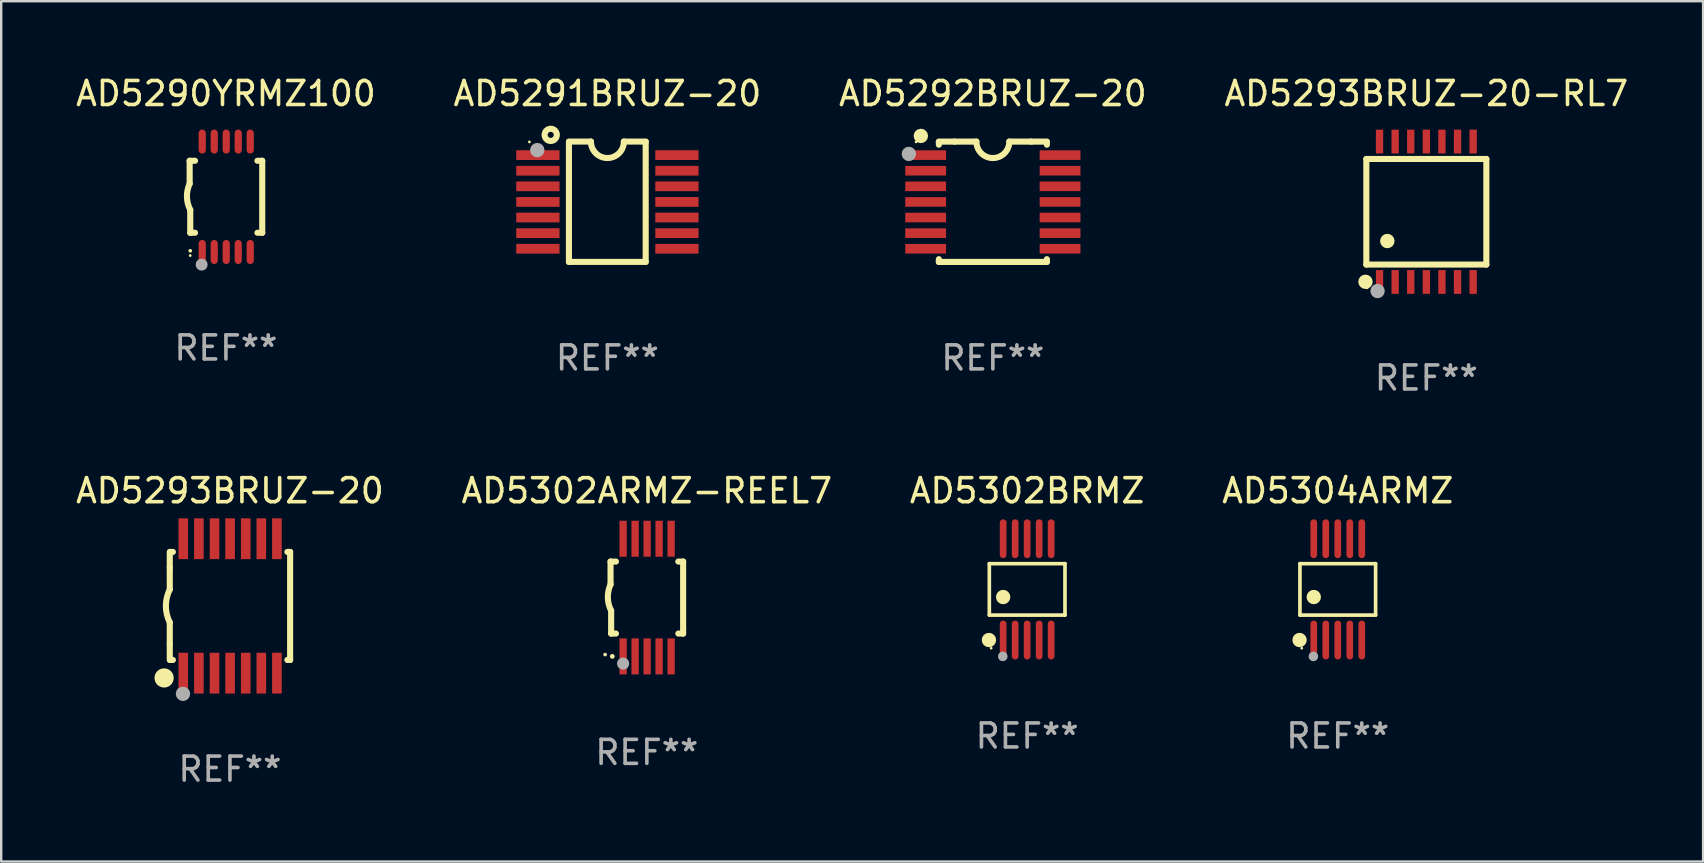
<source format=kicad_pcb>
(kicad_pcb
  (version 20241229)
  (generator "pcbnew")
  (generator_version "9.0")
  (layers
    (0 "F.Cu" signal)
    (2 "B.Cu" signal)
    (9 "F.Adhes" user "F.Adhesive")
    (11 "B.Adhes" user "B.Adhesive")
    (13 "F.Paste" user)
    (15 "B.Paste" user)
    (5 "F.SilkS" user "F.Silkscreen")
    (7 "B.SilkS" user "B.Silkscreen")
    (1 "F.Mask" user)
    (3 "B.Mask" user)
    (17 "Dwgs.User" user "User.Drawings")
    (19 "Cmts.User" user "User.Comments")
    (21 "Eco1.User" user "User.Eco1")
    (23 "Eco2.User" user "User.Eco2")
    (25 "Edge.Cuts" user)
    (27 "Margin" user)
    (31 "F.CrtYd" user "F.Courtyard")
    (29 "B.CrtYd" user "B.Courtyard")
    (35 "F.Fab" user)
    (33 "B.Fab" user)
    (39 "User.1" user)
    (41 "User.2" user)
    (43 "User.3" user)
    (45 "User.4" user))
  (footprint "AD5292BRUZ-20"
    (layer "F.Cu")
    (at 38.315 5.356)
    (property "Reference" "AD5292BRUZ-20" (at 0 -4.507 0) (layer "F.SilkS") (effects (font (size 1 1) (thickness 0.15))))
    (attr through_hole)
    (fp_line (start -2.25 -2.377) (end -2.25 -2.493) (stroke (width 0.254) (type solid)) (layer "F.SilkS"))
    (fp_line (start -2.25 2.507) (end -2.25 2.392) (stroke (width 0.254) (type solid)) (layer "F.SilkS"))
    (fp_line (start -1.6 -2.507) (end -2.25 -2.507) (stroke (width 0.254) (type solid)) (layer "F.SilkS"))
    (fp_line (start -1.6 -2.507) (end -0.686 -2.507) (stroke (width 0.254) (type solid)) (layer "F.SilkS"))
    (fp_line (start 0.686 -2.507) (end 1.6 -2.507) (stroke (width 0.254) (type solid)) (layer "F.SilkS"))
    (fp_line (start 1.6 -2.507) (end 2.25 -2.507) (stroke (width 0.254) (type solid)) (layer "F.SilkS"))
    (fp_line (start 2.25 -2.493) (end 2.25 -2.377) (stroke (width 0.254) (type solid)) (layer "F.SilkS"))
    (fp_line (start 2.25 2.392) (end 2.25 2.507) (stroke (width 0.254) (type solid)) (layer "F.SilkS"))
    (fp_line (start 2.25 2.507) (end -2.25 2.507) (stroke (width 0.254) (type solid)) (layer "F.SilkS"))
    (fp_arc (start 0.685852 -2.507303) (mid 0.000051 -1.821502) (end -0.68575 -2.507303) (stroke (width 0.254001) (type solid)) (layer "F.SilkS"))
    (fp_circle (center -3.2 -2.493) (end -3.17 -2.493) (stroke (width 0.06) (type solid)) (fill no) (layer "F.SilkS"))
    (fp_circle (center -3 -2.743) (end -2.85 -2.743) (stroke (width 0.3) (type solid)) (fill no) (layer "F.SilkS"))
    (fp_circle (center -3.5 -1.993) (end -3.35 -1.993) (stroke (width 0.3) (type solid)) (fill no) (layer "F.Fab"))
    (fp_text user "REF**" (at 0 6.507 0) (layer "F.Fab") (effects (font (size 1 1) (thickness 0.15))))
    (pad "1" smd rect (at -2.8 -1.943) (size 1.7 0.4) (layers "F.Cu" "F.Mask" "F.Paste"))
    (pad "2" smd rect (at -2.8 -1.293) (size 1.7 0.4) (layers "F.Cu" "F.Mask" "F.Paste"))
    (pad "3" smd rect (at -2.8 -0.643) (size 1.7 0.4) (layers "F.Cu" "F.Mask" "F.Paste"))
    (pad "4" smd rect (at -2.8 0.007) (size 1.7 0.4) (layers "F.Cu" "F.Mask" "F.Paste"))
    (pad "5" smd rect (at -2.8 0.657) (size 1.7 0.4) (layers "F.Cu" "F.Mask" "F.Paste"))
    (pad "6" smd rect (at -2.8 1.307) (size 1.7 0.4) (layers "F.Cu" "F.Mask" "F.Paste"))
    (pad "7" smd rect (at -2.8 1.957) (size 1.7 0.4) (layers "F.Cu" "F.Mask" "F.Paste"))
    (pad "8" smd rect (at 2.8 1.957) (size 1.7 0.4) (layers "F.Cu" "F.Mask" "F.Paste"))
    (pad "9" smd rect (at 2.8 1.307) (size 1.7 0.4) (layers "F.Cu" "F.Mask" "F.Paste"))
    (pad "10" smd rect (at 2.8 0.657) (size 1.7 0.4) (layers "F.Cu" "F.Mask" "F.Paste"))
    (pad "11" smd rect (at 2.8 0.007) (size 1.7 0.4) (layers "F.Cu" "F.Mask" "F.Paste"))
    (pad "12" smd rect (at 2.8 -0.643) (size 1.7 0.4) (layers "F.Cu" "F.Mask" "F.Paste"))
    (pad "13" smd rect (at 2.8 -1.293) (size 1.7 0.4) (layers "F.Cu" "F.Mask" "F.Paste"))
    (pad "14" smd rect (at 2.8 -1.943) (size 1.7 0.4) (layers "F.Cu" "F.Mask" "F.Paste")))
  (footprint "AD5302BRMZ"
    (layer "F.Cu")
    (at 39.744 21.505)
    (property "Reference" "AD5302BRMZ" (at 0 -4.11 0) (layer "F.SilkS") (effects (font (size 1 1) (thickness 0.15))))
    (attr through_hole)
    (fp_line (start -1.576 -1.071) (end 1.576 -1.071) (stroke (width 0.152) (type solid)) (layer "F.SilkS"))
    (fp_line (start -1.576 1.071) (end -1.576 -1.071) (stroke (width 0.152) (type solid)) (layer "F.SilkS"))
    (fp_line (start 1.576 -1.071) (end 1.576 1.071) (stroke (width 0.152) (type solid)) (layer "F.SilkS"))
    (fp_line (start 1.576 1.071) (end -1.576 1.071) (stroke (width 0.152) (type solid)) (layer "F.SilkS"))
    (fp_circle (center -1.592 2.11) (end -1.442 2.11) (stroke (width 0.3) (type solid)) (fill no) (layer "F.SilkS"))
    (fp_circle (center -1.5 2.45) (end -1.47 2.45) (stroke (width 0.06) (type solid)) (fill no) (layer "F.SilkS"))
    (fp_circle (center -1 0.319) (end -0.85 0.319) (stroke (width 0.3) (type solid)) (fill no) (layer "F.SilkS"))
    (fp_circle (center -1.016 2.794) (end -0.916 2.794) (stroke (width 0.2) (type solid)) (fill no) (layer "F.Fab"))
    (fp_text user "REF**" (at 0 6.11 0) (layer "F.Fab") (effects (font (size 1 1) (thickness 0.15))))
    (pad "1" smd oval (at -1 2.11) (size 0.28 1.62) (layers "F.Cu" "F.Mask" "F.Paste"))
    (pad "2" smd oval (at -0.5 2.11) (size 0.28 1.62) (layers "F.Cu" "F.Mask" "F.Paste"))
    (pad "3" smd oval (at 0 2.11) (size 0.28 1.62) (layers "F.Cu" "F.Mask" "F.Paste"))
    (pad "4" smd oval (at 0.5 2.11) (size 0.28 1.62) (layers "F.Cu" "F.Mask" "F.Paste"))
    (pad "5" smd oval (at 1 2.11) (size 0.28 1.62) (layers "F.Cu" "F.Mask" "F.Paste"))
    (pad "6" smd oval (at 1 -2.11) (size 0.28 1.62) (layers "F.Cu" "F.Mask" "F.Paste"))
    (pad "7" smd oval (at 0.5 -2.11) (size 0.28 1.62) (layers "F.Cu" "F.Mask" "F.Paste"))
    (pad "8" smd oval (at 0 -2.11) (size 0.28 1.62) (layers "F.Cu" "F.Mask" "F.Paste"))
    (pad "9" smd oval (at -0.5 -2.11) (size 0.28 1.62) (layers "F.Cu" "F.Mask" "F.Paste"))
    (pad "10" smd oval (at -1 -2.11) (size 0.28 1.62) (layers "F.Cu" "F.Mask" "F.Paste")))
  (footprint "AD5293BRUZ-20"
    (layer "F.Cu")
    (at 6.53 22.195)
    (property "Reference" "AD5293BRUZ-20" (at 0 -4.8 0) (layer "F.SilkS") (effects (font (size 1 1) (thickness 0.15))))
    (attr through_hole)
    (fp_line (start -2.507 -1.6) (end -2.507 -2.25) (stroke (width 0.254) (type solid)) (layer "F.SilkS"))
    (fp_line (start -2.507 -0.686) (end -2.507 -1.6) (stroke (width 0.254) (type solid)) (layer "F.SilkS"))
    (fp_line (start -2.507 1.6) (end -2.507 0.686) (stroke (width 0.254) (type solid)) (layer "F.SilkS"))
    (fp_line (start -2.507 1.6) (end -2.507 2.25) (stroke (width 0.254) (type solid)) (layer "F.SilkS"))
    (fp_line (start -2.493 -2.25) (end -2.377 -2.25) (stroke (width 0.254) (type solid)) (layer "F.SilkS"))
    (fp_line (start -2.377 2.25) (end -2.493 2.25) (stroke (width 0.254) (type solid)) (layer "F.SilkS"))
    (fp_line (start 2.392 -2.25) (end 2.507 -2.25) (stroke (width 0.254) (type solid)) (layer "F.SilkS"))
    (fp_line (start 2.507 -2.25) (end 2.507 2.25) (stroke (width 0.254) (type solid)) (layer "F.SilkS"))
    (fp_line (start 2.507 2.25) (end 2.392 2.25) (stroke (width 0.254) (type solid)) (layer "F.SilkS"))
    (fp_arc (start -2.507303 0.685802) (mid -2.669199 0) (end -2.507303 -0.685801) (stroke (width 0.254001) (type solid)) (layer "F.SilkS"))
    (fp_circle (center -2.743 3) (end -2.543 3) (stroke (width 0.4) (type solid)) (fill no) (layer "F.SilkS"))
    (fp_circle (center -2.493 3.2) (end -2.463 3.2) (stroke (width 0.06) (type solid)) (fill no) (layer "F.SilkS"))
    (fp_circle (center -1.957 3.662) (end -1.807 3.662) (stroke (width 0.3) (type solid)) (fill no) (layer "F.Fab"))
    (fp_text user "REF**" (at 0 6.8 0) (layer "F.Fab") (effects (font (size 1 1) (thickness 0.15))))
    (pad "1" smd rect (at -1.943 2.8) (size 0.4 1.7) (layers "F.Cu" "F.Mask" "F.Paste"))
    (pad "2" smd rect (at -1.293 2.8) (size 0.4 1.7) (layers "F.Cu" "F.Mask" "F.Paste"))
    (pad "3" smd rect (at -0.643 2.8) (size 0.4 1.7) (layers "F.Cu" "F.Mask" "F.Paste"))
    (pad "4" smd rect (at 0.007 2.8) (size 0.4 1.7) (layers "F.Cu" "F.Mask" "F.Paste"))
    (pad "5" smd rect (at 0.657 2.8) (size 0.4 1.7) (layers "F.Cu" "F.Mask" "F.Paste"))
    (pad "6" smd rect (at 1.307 2.8) (size 0.4 1.7) (layers "F.Cu" "F.Mask" "F.Paste"))
    (pad "7" smd rect (at 1.957 2.8) (size 0.4 1.7) (layers "F.Cu" "F.Mask" "F.Paste"))
    (pad "8" smd rect (at 1.957 -2.8) (size 0.4 1.7) (layers "F.Cu" "F.Mask" "F.Paste"))
    (pad "9" smd rect (at 1.307 -2.8) (size 0.4 1.7) (layers "F.Cu" "F.Mask" "F.Paste"))
    (pad "10" smd rect (at 0.657 -2.8) (size 0.4 1.7) (layers "F.Cu" "F.Mask" "F.Paste"))
    (pad "11" smd rect (at 0.007 -2.8) (size 0.4 1.7) (layers "F.Cu" "F.Mask" "F.Paste"))
    (pad "12" smd rect (at -0.643 -2.8) (size 0.4 1.7) (layers "F.Cu" "F.Mask" "F.Paste"))
    (pad "13" smd rect (at -1.293 -2.8) (size 0.4 1.7) (layers "F.Cu" "F.Mask" "F.Paste"))
    (pad "14" smd rect (at -1.943 -2.8) (size 0.4 1.7) (layers "F.Cu" "F.Mask" "F.Paste")))
  (footprint "AD5293BRUZ-20-RL7"
    (layer "F.Cu")
    (at 56.375 5.773)
    (property "Reference" "AD5293BRUZ-20-RL7" (at 0 -4.925 0) (layer "F.SilkS") (effects (font (size 1 1) (thickness 0.15))))
    (attr through_hole)
    (fp_line (start -2.5 2.2) (end -2.5 -2.2) (stroke (width 0.254) (type solid)) (layer "F.SilkS"))
    (fp_line (start -2.5 2.2) (end 2.5 2.2) (stroke (width 0.254) (type solid)) (layer "F.SilkS"))
    (fp_line (start 2.5 -2.2) (end -2.5 -2.2) (stroke (width 0.254) (type solid)) (layer "F.SilkS"))
    (fp_line (start 2.5 -2.2) (end 2.5 2.2) (stroke (width 0.254) (type solid)) (layer "F.SilkS"))
    (fp_circle (center -2.536 2.917) (end -2.386 2.917) (stroke (width 0.3) (type solid)) (fill no) (layer "F.SilkS"))
    (fp_circle (center -2.47 3.17) (end -2.44 3.17) (stroke (width 0.06) (type solid)) (fill no) (layer "F.SilkS"))
    (fp_circle (center -1.626 1.219) (end -1.475 1.219) (stroke (width 0.3) (type solid)) (fill no) (layer "F.SilkS"))
    (fp_circle (center -2.032 3.302) (end -1.882 3.302) (stroke (width 0.3) (type solid)) (fill no) (layer "F.Fab"))
    (fp_text user "REF**" (at 0 6.925 0) (layer "F.Fab") (effects (font (size 1 1) (thickness 0.15))))
    (pad "1" smd rect (at -1.95 2.925) (size 0.305 0.991) (layers "F.Cu" "F.Mask" "F.Paste"))
    (pad "2" smd rect (at -1.3 2.925) (size 0.305 0.991) (layers "F.Cu" "F.Mask" "F.Paste"))
    (pad "3" smd rect (at -0.65 2.925) (size 0.305 0.991) (layers "F.Cu" "F.Mask" "F.Paste"))
    (pad "4" smd rect (at 0 2.925) (size 0.305 0.991) (layers "F.Cu" "F.Mask" "F.Paste"))
    (pad "5" smd rect (at 0.65 2.925) (size 0.305 0.991) (layers "F.Cu" "F.Mask" "F.Paste"))
    (pad "6" smd rect (at 1.3 2.925) (size 0.305 0.991) (layers "F.Cu" "F.Mask" "F.Paste"))
    (pad "7" smd rect (at 1.95 2.925) (size 0.305 0.991) (layers "F.Cu" "F.Mask" "F.Paste"))
    (pad "8" smd rect (at 1.95 -2.925) (size 0.305 0.991) (layers "F.Cu" "F.Mask" "F.Paste"))
    (pad "9" smd rect (at 1.3 -2.925) (size 0.305 0.991) (layers "F.Cu" "F.Mask" "F.Paste"))
    (pad "10" smd rect (at 0.65 -2.925) (size 0.305 0.991) (layers "F.Cu" "F.Mask" "F.Paste"))
    (pad "11" smd rect (at 0 -2.925) (size 0.305 0.991) (layers "F.Cu" "F.Mask" "F.Paste"))
    (pad "12" smd rect (at -0.65 -2.925) (size 0.305 0.991) (layers "F.Cu" "F.Mask" "F.Paste"))
    (pad "13" smd rect (at -1.3 -2.925) (size 0.305 0.991) (layers "F.Cu" "F.Mask" "F.Paste"))
    (pad "14" smd rect (at -1.95 -2.925) (size 0.305 0.991) (layers "F.Cu" "F.Mask" "F.Paste")))
  (footprint "AD5304ARMZ"
    (layer "F.Cu")
    (at 52.685 21.505)
    (property "Reference" "AD5304ARMZ" (at 0 -4.11 0) (layer "F.SilkS") (effects (font (size 1 1) (thickness 0.15))))
    (attr through_hole)
    (fp_line (start -1.576 -1.071) (end 1.576 -1.071) (stroke (width 0.152) (type solid)) (layer "F.SilkS"))
    (fp_line (start -1.576 1.071) (end -1.576 -1.071) (stroke (width 0.152) (type solid)) (layer "F.SilkS"))
    (fp_line (start 1.576 -1.071) (end 1.576 1.071) (stroke (width 0.152) (type solid)) (layer "F.SilkS"))
    (fp_line (start 1.576 1.071) (end -1.576 1.071) (stroke (width 0.152) (type solid)) (layer "F.SilkS"))
    (fp_circle (center -1.592 2.11) (end -1.442 2.11) (stroke (width 0.3) (type solid)) (fill no) (layer "F.SilkS"))
    (fp_circle (center -1.5 2.45) (end -1.47 2.45) (stroke (width 0.06) (type solid)) (fill no) (layer "F.SilkS"))
    (fp_circle (center -1 0.319) (end -0.85 0.319) (stroke (width 0.3) (type solid)) (fill no) (layer "F.SilkS"))
    (fp_circle (center -1.016 2.794) (end -0.916 2.794) (stroke (width 0.2) (type solid)) (fill no) (layer "F.Fab"))
    (fp_text user "REF**" (at 0 6.11 0) (layer "F.Fab") (effects (font (size 1 1) (thickness 0.15))))
    (pad "1" smd oval (at -1 2.11) (size 0.28 1.62) (layers "F.Cu" "F.Mask" "F.Paste"))
    (pad "2" smd oval (at -0.5 2.11) (size 0.28 1.62) (layers "F.Cu" "F.Mask" "F.Paste"))
    (pad "3" smd oval (at 0 2.11) (size 0.28 1.62) (layers "F.Cu" "F.Mask" "F.Paste"))
    (pad "4" smd oval (at 0.5 2.11) (size 0.28 1.62) (layers "F.Cu" "F.Mask" "F.Paste"))
    (pad "5" smd oval (at 1 2.11) (size 0.28 1.62) (layers "F.Cu" "F.Mask" "F.Paste"))
    (pad "6" smd oval (at 1 -2.11) (size 0.28 1.62) (layers "F.Cu" "F.Mask" "F.Paste"))
    (pad "7" smd oval (at 0.5 -2.11) (size 0.28 1.62) (layers "F.Cu" "F.Mask" "F.Paste"))
    (pad "8" smd oval (at 0 -2.11) (size 0.28 1.62) (layers "F.Cu" "F.Mask" "F.Paste"))
    (pad "9" smd oval (at -0.5 -2.11) (size 0.28 1.62) (layers "F.Cu" "F.Mask" "F.Paste"))
    (pad "10" smd oval (at -1 -2.11) (size 0.28 1.62) (layers "F.Cu" "F.Mask" "F.Paste")))
  (footprint "AD5290YRMZ100"
    (layer "F.Cu")
    (at 6.363 5.148)
    (property "Reference" "AD5290YRMZ100" (at 0 -4.3 0) (layer "F.SilkS") (effects (font (size 1 1) (thickness 0.15))))
    (attr through_hole)
    (fp_line (start -1.512 -1.5) (end -1.512 -0.546) (stroke (width 0.254) (type solid)) (layer "F.SilkS"))
    (fp_line (start -1.487 0.546) (end -1.487 1.5) (stroke (width 0.254) (type solid)) (layer "F.SilkS"))
    (fp_line (start -1.288 -1.5) (end -1.512 -1.5) (stroke (width 0.254) (type solid)) (layer "F.SilkS"))
    (fp_line (start -1.288 1.5) (end -1.487 1.5) (stroke (width 0.254) (type solid)) (layer "F.SilkS"))
    (fp_line (start 1.512 -1.5) (end 1.312 -1.5) (stroke (width 0.254) (type solid)) (layer "F.SilkS"))
    (fp_line (start 1.512 -1.5) (end 1.512 1.5) (stroke (width 0.254) (type solid)) (layer "F.SilkS"))
    (fp_line (start 1.512 1.5) (end 1.312 1.5) (stroke (width 0.254) (type solid)) (layer "F.SilkS"))
    (fp_arc (start -1.487998 2.250013) (mid -1.486728 2.250007) (end -1.485458 2.250013) (stroke (width 0.150013) (type solid)) (layer "F.SilkS"))
    (fp_arc (start -1.486602 0.546102) (mid -1.624196 0.002905) (end -1.512002 -0.546101) (stroke (width 0.254001) (type solid)) (layer "F.SilkS"))
    (fp_circle (center -1.488 2.45) (end -1.458 2.45) (stroke (width 0.06) (type solid)) (fill no) (layer "F.SilkS"))
    (fp_circle (center -1.012 2.828) (end -0.887 2.828) (stroke (width 0.25) (type solid)) (fill no) (layer "F.Fab"))
    (fp_text user "REF**" (at 0 6.3 0) (layer "F.Fab") (effects (font (size 1 1) (thickness 0.15))))
    (pad "1" smd oval (at -0.988 2.3) (size 0.3 1) (layers "F.Cu" "F.Mask" "F.Paste"))
    (pad "2" smd oval (at -0.488 2.3) (size 0.3 1) (layers "F.Cu" "F.Mask" "F.Paste"))
    (pad "3" smd oval (at 0.012 2.3) (size 0.3 1) (layers "F.Cu" "F.Mask" "F.Paste"))
    (pad "4" smd oval (at 0.512 2.3) (size 0.3 1) (layers "F.Cu" "F.Mask" "F.Paste"))
    (pad "5" smd oval (at 1.012 2.3) (size 0.3 1) (layers "F.Cu" "F.Mask" "F.Paste"))
    (pad "6" smd oval (at 1.012 -2.3) (size 0.3 1) (layers "F.Cu" "F.Mask" "F.Paste"))
    (pad "7" smd oval (at 0.512 -2.3) (size 0.3 1) (layers "F.Cu" "F.Mask" "F.Paste"))
    (pad "8" smd oval (at 0.012 -2.3) (size 0.3 1) (layers "F.Cu" "F.Mask" "F.Paste"))
    (pad "9" smd oval (at -0.488 -2.3) (size 0.3 1) (layers "F.Cu" "F.Mask" "F.Paste"))
    (pad "10" smd oval (at -0.988 -2.3) (size 0.3 1) (layers "F.Cu" "F.Mask" "F.Paste")))
  (footprint "AD5291BRUZ-20"
    (layer "F.Cu")
    (at 22.256 5.355)
    (property "Reference" "AD5291BRUZ-20" (at 0 -4.507 0) (layer "F.SilkS") (effects (font (size 1 1) (thickness 0.15))))
    (attr through_hole)
    (fp_line (start -1.603 2.507) (end -1.603 -2.494) (stroke (width 0.254) (type solid)) (layer "F.SilkS"))
    (fp_line (start -1.603 2.507) (end 1.595 2.507) (stroke (width 0.254) (type solid)) (layer "F.SilkS"))
    (fp_line (start -1.6 -2.507) (end -0.686 -2.507) (stroke (width 0.254) (type solid)) (layer "F.SilkS"))
    (fp_line (start 0.686 -2.507) (end 1.6 -2.507) (stroke (width 0.254) (type solid)) (layer "F.SilkS"))
    (fp_line (start 1.595 2.507) (end 1.595 -2.494) (stroke (width 0.254) (type solid)) (layer "F.SilkS"))
    (fp_arc (start 0.685852 -2.506998) (mid 0.000051 -1.821197) (end -0.68575 -2.506998) (stroke (width 0.254001) (type solid)) (layer "F.SilkS"))
    (fp_circle (center -3.25 -2.492) (end -3.22 -2.492) (stroke (width 0.06) (type solid)) (fill no) (layer "F.SilkS"))
    (fp_circle (center -2.362 -2.786) (end -2.108 -2.786) (stroke (width 0.254) (type solid)) (fill no) (layer "F.SilkS"))
    (fp_circle (center -2.921 -2.151) (end -2.771 -2.151) (stroke (width 0.3) (type solid)) (fill no) (layer "F.Fab"))
    (fp_text user "REF**" (at 0 6.507 0) (layer "F.Fab") (effects (font (size 1 1) (thickness 0.15))))
    (pad "1" smd rect (at -2.896 -1.942) (size 1.803 0.406) (layers "F.Cu" "F.Mask" "F.Paste"))
    (pad "2" smd rect (at -2.896 -1.292) (size 1.803 0.406) (layers "F.Cu" "F.Mask" "F.Paste"))
    (pad "3" smd rect (at -2.896 -0.642) (size 1.803 0.406) (layers "F.Cu" "F.Mask" "F.Paste"))
    (pad "4" smd rect (at -2.896 0.008) (size 1.803 0.406) (layers "F.Cu" "F.Mask" "F.Paste"))
    (pad "5" smd rect (at -2.896 0.658) (size 1.803 0.406) (layers "F.Cu" "F.Mask" "F.Paste"))
    (pad "6" smd rect (at -2.896 1.308) (size 1.803 0.406) (layers "F.Cu" "F.Mask" "F.Paste"))
    (pad "7" smd rect (at -2.896 1.958) (size 1.803 0.406) (layers "F.Cu" "F.Mask" "F.Paste"))
    (pad "8" smd rect (at 2.896 1.958) (size 1.803 0.406) (layers "F.Cu" "F.Mask" "F.Paste"))
    (pad "9" smd rect (at 2.896 1.308) (size 1.803 0.406) (layers "F.Cu" "F.Mask" "F.Paste"))
    (pad "10" smd rect (at 2.896 0.658) (size 1.803 0.406) (layers "F.Cu" "F.Mask" "F.Paste"))
    (pad "11" smd rect (at 2.896 0.008) (size 1.803 0.406) (layers "F.Cu" "F.Mask" "F.Paste"))
    (pad "12" smd rect (at 2.896 -0.642) (size 1.803 0.406) (layers "F.Cu" "F.Mask" "F.Paste"))
    (pad "13" smd rect (at 2.896 -1.292) (size 1.803 0.406) (layers "F.Cu" "F.Mask" "F.Paste"))
    (pad "14" smd rect (at 2.896 -1.942) (size 1.803 0.406) (layers "F.Cu" "F.Mask" "F.Paste")))
  (footprint "AD5302ARMZ-REEL7"
    (layer "F.Cu")
    (at 23.899 21.846)
    (property "Reference" "AD5302ARMZ-REEL7" (at 0 -4.451 0) (layer "F.SilkS") (effects (font (size 1 1) (thickness 0.15))))
    (attr through_hole)
    (fp_line (start -1.512 -1.5) (end -1.512 -0.546) (stroke (width 0.254) (type solid)) (layer "F.SilkS"))
    (fp_line (start -1.487 0.546) (end -1.487 1.5) (stroke (width 0.254) (type solid)) (layer "F.SilkS"))
    (fp_line (start -1.288 -1.5) (end -1.512 -1.5) (stroke (width 0.254) (type solid)) (layer "F.SilkS"))
    (fp_line (start -1.288 1.5) (end -1.487 1.5) (stroke (width 0.254) (type solid)) (layer "F.SilkS"))
    (fp_line (start 1.512 -1.5) (end 1.312 -1.5) (stroke (width 0.254) (type solid)) (layer "F.SilkS"))
    (fp_line (start 1.512 -1.5) (end 1.512 1.5) (stroke (width 0.254) (type solid)) (layer "F.SilkS"))
    (fp_line (start 1.512 1.5) (end 1.312 1.5) (stroke (width 0.254) (type solid)) (layer "F.SilkS"))
    (fp_arc (start -1.739332 2.375032) (mid -1.738062 2.375026) (end -1.736792 2.375032) (stroke (width 0.150013) (type solid)) (layer "F.SilkS"))
    (fp_arc (start -1.486602 0.546102) (mid -1.624196 0.002905) (end -1.512002 -0.546101) (stroke (width 0.254001) (type solid)) (layer "F.SilkS"))
    (fp_circle (center -1.438 2.45) (end -1.388 2.45) (stroke (width 0.1) (type solid)) (fill no) (layer "F.SilkS"))
    (fp_circle (center -0.988 2.75) (end -0.861 2.75) (stroke (width 0.254) (type solid)) (fill no) (layer "F.Fab"))
    (fp_text user "REF**" (at 0 6.451 0) (layer "F.Fab") (effects (font (size 1 1) (thickness 0.15))))
    (pad "1" smd rect (at -0.988 2.451 90) (size 1.5 0.305) (layers "F.Cu" "F.Mask" "F.Paste"))
    (pad "2" smd rect (at -0.488 2.451 90) (size 1.5 0.305) (layers "F.Cu" "F.Mask" "F.Paste"))
    (pad "3" smd rect (at 0.012 2.451 90) (size 1.5 0.305) (layers "F.Cu" "F.Mask" "F.Paste"))
    (pad "4" smd rect (at 0.512 2.451 90) (size 1.5 0.305) (layers "F.Cu" "F.Mask" "F.Paste"))
    (pad "5" smd rect (at 1.012 2.451 90) (size 1.5 0.305) (layers "F.Cu" "F.Mask" "F.Paste"))
    (pad "6" smd rect (at 1.012 -2.451 90) (size 1.5 0.305) (layers "F.Cu" "F.Mask" "F.Paste"))
    (pad "7" smd rect (at 0.512 -2.451 90) (size 1.5 0.305) (layers "F.Cu" "F.Mask" "F.Paste"))
    (pad "8" smd rect (at 0.012 -2.451 90) (size 1.5 0.305) (layers "F.Cu" "F.Mask" "F.Paste"))
    (pad "9" smd rect (at -0.488 -2.451 90) (size 1.5 0.305) (layers "F.Cu" "F.Mask" "F.Paste"))
    (pad "10" smd rect (at -0.988 -2.451 90) (size 1.5 0.305) (layers "F.Cu" "F.Mask" "F.Paste")))
  (gr_rect
    (start -3 -3)
    (end 67.905 32.843)
    (stroke (width 0.1) (type default))
    (fill no)
    (layer "Edge.Cuts")))
</source>
